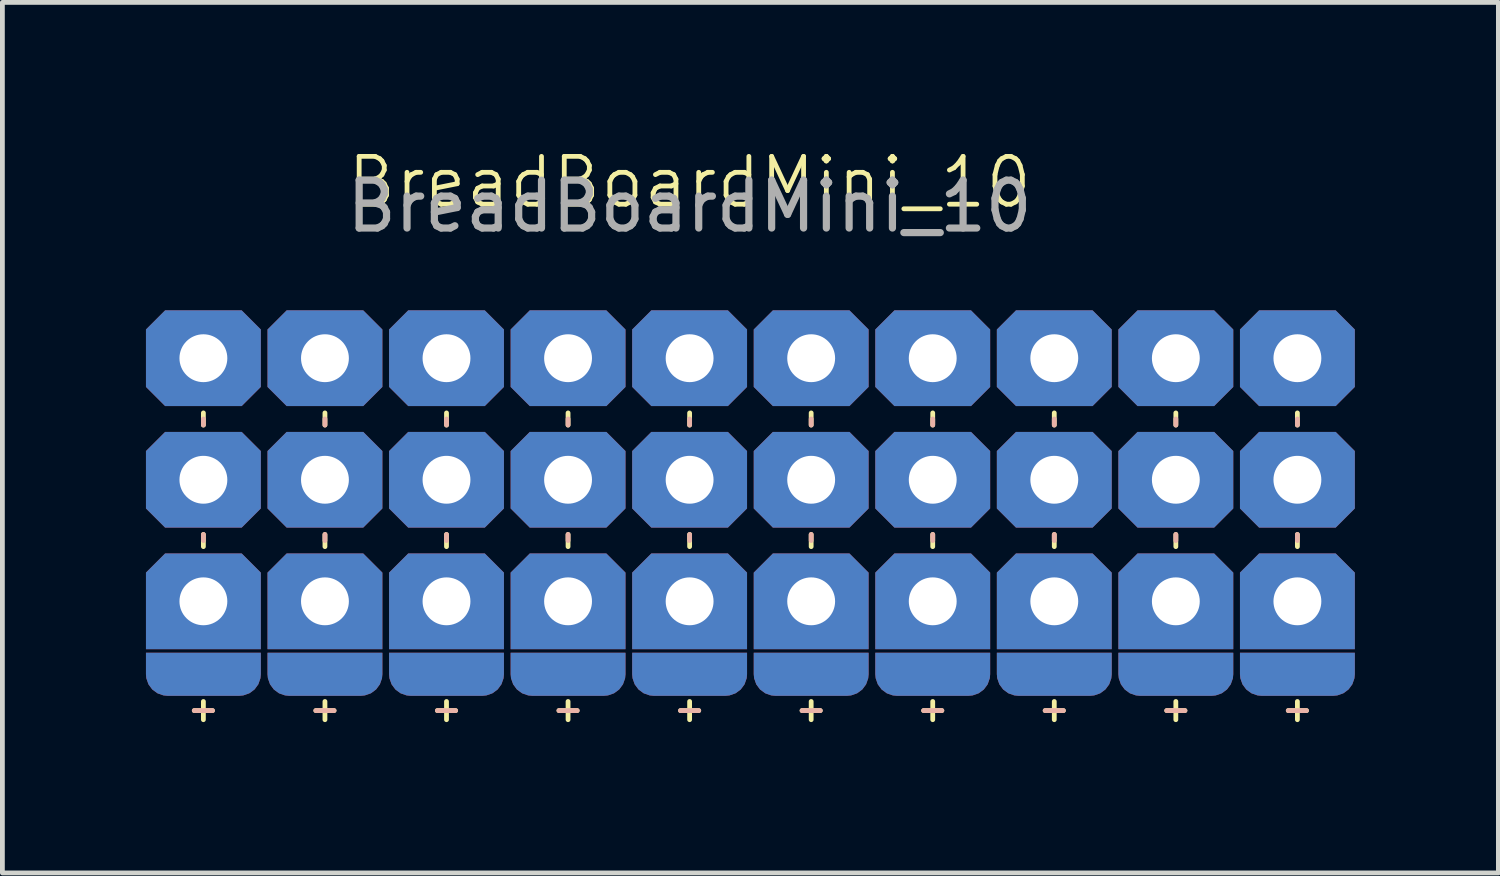
<source format=kicad_pcb>
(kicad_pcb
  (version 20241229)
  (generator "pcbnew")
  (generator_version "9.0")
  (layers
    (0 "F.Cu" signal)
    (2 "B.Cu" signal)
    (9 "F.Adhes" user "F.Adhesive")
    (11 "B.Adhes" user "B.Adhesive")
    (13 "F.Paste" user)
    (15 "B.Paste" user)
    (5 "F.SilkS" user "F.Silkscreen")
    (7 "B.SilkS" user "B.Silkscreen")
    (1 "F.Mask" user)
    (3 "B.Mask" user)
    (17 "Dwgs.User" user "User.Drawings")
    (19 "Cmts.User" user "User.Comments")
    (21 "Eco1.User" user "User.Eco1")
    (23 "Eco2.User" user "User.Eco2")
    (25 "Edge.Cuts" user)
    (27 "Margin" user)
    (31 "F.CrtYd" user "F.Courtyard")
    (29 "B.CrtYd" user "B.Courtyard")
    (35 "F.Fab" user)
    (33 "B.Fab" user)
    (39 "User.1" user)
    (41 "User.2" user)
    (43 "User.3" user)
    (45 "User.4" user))
  (footprint "BreadBoardMini_10"
    (layer "F.Cu")
    (at 6.28 2.53)
    (property "Reference" "BreadBoardMini_10" (at 5.08 -1.77 0) (unlocked yes) (layer "F.SilkS") (effects (font (size 1 1) (thickness 0.1))))
    (attr through_hole)
    (fp_line (start -5.08 3.048) (end -5.08 3.302) (stroke (width 0.1) (type default)) (layer "F.SilkS"))
    (fp_line (start -5.08 5.842) (end -5.08 5.588) (stroke (width 0.1) (type default)) (layer "F.SilkS"))
    (fp_line (start -2.54 3.048) (end -2.54 3.302) (stroke (width 0.1) (type default)) (layer "F.SilkS"))
    (fp_line (start -2.54 5.842) (end -2.54 5.588) (stroke (width 0.1) (type default)) (layer "F.SilkS"))
    (fp_line (start 0 3.048) (end 0 3.302) (stroke (width 0.1) (type default)) (layer "F.SilkS"))
    (fp_line (start 0 5.842) (end 0 5.588) (stroke (width 0.1) (type default)) (layer "F.SilkS"))
    (fp_line (start 2.54 3.048) (end 2.54 3.302) (stroke (width 0.1) (type default)) (layer "F.SilkS"))
    (fp_line (start 2.54 5.842) (end 2.54 5.588) (stroke (width 0.1) (type default)) (layer "F.SilkS"))
    (fp_line (start 5.08 3.048) (end 5.08 3.302) (stroke (width 0.1) (type default)) (layer "F.SilkS"))
    (fp_line (start 5.08 5.842) (end 5.08 5.588) (stroke (width 0.1) (type default)) (layer "F.SilkS"))
    (fp_line (start 7.62 3.048) (end 7.62 3.302) (stroke (width 0.1) (type default)) (layer "F.SilkS"))
    (fp_line (start 7.62 5.842) (end 7.62 5.588) (stroke (width 0.1) (type default)) (layer "F.SilkS"))
    (fp_line (start 10.16 3.048) (end 10.16 3.302) (stroke (width 0.1) (type default)) (layer "F.SilkS"))
    (fp_line (start 10.16 5.842) (end 10.16 5.588) (stroke (width 0.1) (type default)) (layer "F.SilkS"))
    (fp_line (start 12.7 3.048) (end 12.7 3.302) (stroke (width 0.1) (type default)) (layer "F.SilkS"))
    (fp_line (start 12.7 5.842) (end 12.7 5.588) (stroke (width 0.1) (type default)) (layer "F.SilkS"))
    (fp_line (start 15.24 3.048) (end 15.24 3.302) (stroke (width 0.1) (type default)) (layer "F.SilkS"))
    (fp_line (start 15.24 5.842) (end 15.24 5.588) (stroke (width 0.1) (type default)) (layer "F.SilkS"))
    (fp_line (start 17.78 3.048) (end 17.78 3.302) (stroke (width 0.1) (type default)) (layer "F.SilkS"))
    (fp_line (start 17.78 5.842) (end 17.78 5.588) (stroke (width 0.1) (type default)) (layer "F.SilkS"))
    (fp_line (start -5.08 3.175) (end -5.08 3.302) (stroke (width 0.1) (type default)) (layer "B.SilkS"))
    (fp_line (start -5.08 5.715) (end -5.08 5.588) (stroke (width 0.1) (type default)) (layer "B.SilkS"))
    (fp_line (start -2.54 3.175) (end -2.54 3.302) (stroke (width 0.1) (type default)) (layer "B.SilkS"))
    (fp_line (start -2.54 5.715) (end -2.54 5.588) (stroke (width 0.1) (type default)) (layer "B.SilkS"))
    (fp_line (start 0 3.175) (end 0 3.302) (stroke (width 0.1) (type default)) (layer "B.SilkS"))
    (fp_line (start 0 5.715) (end 0 5.588) (stroke (width 0.1) (type default)) (layer "B.SilkS"))
    (fp_line (start 2.54 3.175) (end 2.54 3.302) (stroke (width 0.1) (type default)) (layer "B.SilkS"))
    (fp_line (start 2.54 5.715) (end 2.54 5.588) (stroke (width 0.1) (type default)) (layer "B.SilkS"))
    (fp_line (start 5.08 3.175) (end 5.08 3.302) (stroke (width 0.1) (type default)) (layer "B.SilkS"))
    (fp_line (start 5.08 5.715) (end 5.08 5.588) (stroke (width 0.1) (type default)) (layer "B.SilkS"))
    (fp_line (start 7.62 3.175) (end 7.62 3.302) (stroke (width 0.1) (type default)) (layer "B.SilkS"))
    (fp_line (start 7.62 5.715) (end 7.62 5.588) (stroke (width 0.1) (type default)) (layer "B.SilkS"))
    (fp_line (start 10.16 3.175) (end 10.16 3.302) (stroke (width 0.1) (type default)) (layer "B.SilkS"))
    (fp_line (start 10.16 5.715) (end 10.16 5.588) (stroke (width 0.1) (type default)) (layer "B.SilkS"))
    (fp_line (start 12.7 3.175) (end 12.7 3.302) (stroke (width 0.1) (type default)) (layer "B.SilkS"))
    (fp_line (start 12.7 5.715) (end 12.7 5.588) (stroke (width 0.1) (type default)) (layer "B.SilkS"))
    (fp_line (start 15.24 3.175) (end 15.24 3.302) (stroke (width 0.1) (type default)) (layer "B.SilkS"))
    (fp_line (start 15.24 5.715) (end 15.24 5.588) (stroke (width 0.1) (type default)) (layer "B.SilkS"))
    (fp_line (start 17.78 3.175) (end 17.78 3.302) (stroke (width 0.1) (type default)) (layer "B.SilkS"))
    (fp_line (start 17.78 5.715) (end 17.78 5.588) (stroke (width 0.1) (type default)) (layer "B.SilkS"))
    (fp_text user "+" (at 2.54 9.525 0) (unlocked yes) (layer "F.SilkS") (effects (font (size 0.5 0.5) (thickness 0.1) (bold yes)) (justify bottom)))
    (fp_text user "+" (at 12.7 9.525 0) (unlocked yes) (layer "F.SilkS") (effects (font (size 0.5 0.5) (thickness 0.1) (bold yes)) (justify bottom)))
    (fp_text user "+" (at -2.54 9.525 0) (unlocked yes) (layer "F.SilkS") (effects (font (size 0.5 0.5) (thickness 0.1) (bold yes)) (justify bottom)))
    (fp_text user "+" (at 15.24 9.525 0) (unlocked yes) (layer "F.SilkS") (effects (font (size 0.5 0.5) (thickness 0.1) (bold yes)) (justify bottom)))
    (fp_text user "+" (at 10.16 9.525 0) (unlocked yes) (layer "F.SilkS") (effects (font (size 0.5 0.5) (thickness 0.1) (bold yes)) (justify bottom)))
    (fp_text user "+" (at 7.62 9.525 0) (unlocked yes) (layer "F.SilkS") (effects (font (size 0.5 0.5) (thickness 0.1) (bold yes)) (justify bottom)))
    (fp_text user "+" (at 0 9.525 0) (unlocked yes) (layer "F.SilkS") (effects (font (size 0.5 0.5) (thickness 0.1) (bold yes)) (justify bottom)))
    (fp_text user "+" (at -5.08 9.525 0) (unlocked yes) (layer "F.SilkS") (effects (font (size 0.5 0.5) (thickness 0.1) (bold yes)) (justify bottom)))
    (fp_text user "+" (at 17.78 9.525 0) (unlocked yes) (layer "F.SilkS") (effects (font (size 0.5 0.5) (thickness 0.1) (bold yes)) (justify bottom)))
    (fp_text user "+" (at 5.08 9.525 0) (unlocked yes) (layer "F.SilkS") (effects (font (size 0.5 0.5) (thickness 0.1) (bold yes)) (justify bottom)))
    (fp_text user "-" (at -5.08 9.525 0) (unlocked yes) (layer "B.SilkS") (effects (font (size 0.5 0.5) (thickness 0.1) (bold yes)) (justify bottom mirror)))
    (fp_text user "-" (at 7.62 9.525 0) (unlocked yes) (layer "B.SilkS") (effects (font (size 0.5 0.5) (thickness 0.1) (bold yes)) (justify bottom mirror)))
    (fp_text user "-" (at 0 9.525 0) (unlocked yes) (layer "B.SilkS") (effects (font (size 0.5 0.5) (thickness 0.1) (bold yes)) (justify bottom mirror)))
    (fp_text user "-" (at -2.54 9.525 0) (unlocked yes) (layer "B.SilkS") (effects (font (size 0.5 0.5) (thickness 0.1) (bold yes)) (justify bottom mirror)))
    (fp_text user "-" (at 2.54 9.525 0) (unlocked yes) (layer "B.SilkS") (effects (font (size 0.5 0.5) (thickness 0.1) (bold yes)) (justify bottom mirror)))
    (fp_text user "-" (at 10.16 9.525 0) (unlocked yes) (layer "B.SilkS") (effects (font (size 0.5 0.5) (thickness 0.1) (bold yes)) (justify bottom mirror)))
    (fp_text user "-" (at 15.24 9.525 0) (unlocked yes) (layer "B.SilkS") (effects (font (size 0.5 0.5) (thickness 0.1) (bold yes)) (justify bottom mirror)))
    (fp_text user "-" (at 12.7 9.525 0) (unlocked yes) (layer "B.SilkS") (effects (font (size 0.5 0.5) (thickness 0.1) (bold yes)) (justify bottom mirror)))
    (fp_text user "-" (at 17.78 9.525 0) (unlocked yes) (layer "B.SilkS") (effects (font (size 0.5 0.5) (thickness 0.1) (bold yes)) (justify bottom mirror)))
    (fp_text user "-" (at 5.08 9.525 0) (unlocked yes) (layer "B.SilkS") (effects (font (size 0.5 0.5) (thickness 0.1) (bold yes)) (justify bottom mirror)))
    (fp_text user "${REFERENCE}" (at 5.08 -1.27 0) (unlocked yes) (layer "F.Fab") (effects (font (size 1 1) (thickness 0.15))))
    (pad "1" thru_hole roundrect (at -5.08 1.905) (size 2.4 2) (drill 1) (layers "*.Cu" "*.Mask") (roundrect_rratio 0) (chamfer_ratio 0.2) (chamfer top_left top_right bottom_left bottom_right))
    (pad "1" thru_hole roundrect (at -5.08 4.445) (size 2.4 2) (drill 1) (layers "*.Cu" "*.Mask") (roundrect_rratio 0) (chamfer_ratio 0.2) (chamfer top_left top_right bottom_left bottom_right))
    (pad "1" thru_hole roundrect (at -5.08 6.985 180) (size 2.4 2) (drill 1) (layers "*.Cu" "*.Mask") (roundrect_rratio 0) (chamfer_ratio 0.2) (chamfer bottom_left bottom_right))
    (pad "2" thru_hole roundrect (at -2.54 1.905) (size 2.4 2) (drill 1) (layers "*.Cu" "*.Mask") (roundrect_rratio 0) (chamfer_ratio 0.2) (chamfer top_left top_right bottom_left bottom_right))
    (pad "2" thru_hole roundrect (at -2.54 4.445) (size 2.4 2) (drill 1) (layers "*.Cu" "*.Mask") (roundrect_rratio 0) (chamfer_ratio 0.2) (chamfer top_left top_right bottom_left bottom_right))
    (pad "2" thru_hole roundrect (at -2.54 6.985 180) (size 2.4 2) (drill 1) (layers "*.Cu" "*.Mask") (roundrect_rratio 0) (chamfer_ratio 0.2) (chamfer bottom_left bottom_right))
    (pad "3" thru_hole roundrect (at 0 1.905) (size 2.4 2) (drill 1) (layers "*.Cu" "*.Mask") (roundrect_rratio 0) (chamfer_ratio 0.2) (chamfer top_left top_right bottom_left bottom_right))
    (pad "3" thru_hole roundrect (at 0 4.445) (size 2.4 2) (drill 1) (layers "*.Cu" "*.Mask") (roundrect_rratio 0) (chamfer_ratio 0.2) (chamfer top_left top_right bottom_left bottom_right))
    (pad "3" thru_hole roundrect (at 0 6.985 180) (size 2.4 2) (drill 1) (layers "*.Cu" "*.Mask") (roundrect_rratio 0) (chamfer_ratio 0.2) (chamfer bottom_left bottom_right))
    (pad "4" thru_hole roundrect (at 2.54 1.905) (size 2.4 2) (drill 1) (layers "*.Cu" "*.Mask") (roundrect_rratio 0) (chamfer_ratio 0.2) (chamfer top_left top_right bottom_left bottom_right))
    (pad "4" thru_hole roundrect (at 2.54 4.445) (size 2.4 2) (drill 1) (layers "*.Cu" "*.Mask") (roundrect_rratio 0) (chamfer_ratio 0.2) (chamfer top_left top_right bottom_left bottom_right))
    (pad "4" thru_hole roundrect (at 2.54 6.985 180) (size 2.4 2) (drill 1) (layers "*.Cu" "*.Mask") (roundrect_rratio 0) (chamfer_ratio 0.2) (chamfer bottom_left bottom_right))
    (pad "5" thru_hole roundrect (at 5.08 1.905) (size 2.4 2) (drill 1) (layers "*.Cu" "*.Mask") (roundrect_rratio 0) (chamfer_ratio 0.2) (chamfer top_left top_right bottom_left bottom_right))
    (pad "5" thru_hole roundrect (at 5.08 4.445) (size 2.4 2) (drill 1) (layers "*.Cu" "*.Mask") (roundrect_rratio 0) (chamfer_ratio 0.2) (chamfer top_left top_right bottom_left bottom_right))
    (pad "5" thru_hole roundrect (at 5.08 6.985 180) (size 2.4 2) (drill 1) (layers "*.Cu" "*.Mask") (roundrect_rratio 0) (chamfer_ratio 0.2) (chamfer bottom_left bottom_right))
    (pad "6" thru_hole roundrect (at 7.62 1.905) (size 2.4 2) (drill 1) (layers "*.Cu" "*.Mask") (roundrect_rratio 0) (chamfer_ratio 0.2) (chamfer top_left top_right bottom_left bottom_right))
    (pad "6" thru_hole roundrect (at 7.62 4.445) (size 2.4 2) (drill 1) (layers "*.Cu" "*.Mask") (roundrect_rratio 0) (chamfer_ratio 0.2) (chamfer top_left top_right bottom_left bottom_right))
    (pad "6" thru_hole roundrect (at 7.62 6.985 180) (size 2.4 2) (drill 1) (layers "*.Cu" "*.Mask") (roundrect_rratio 0) (chamfer_ratio 0.2) (chamfer bottom_left bottom_right))
    (pad "7" thru_hole roundrect (at 10.16 1.905) (size 2.4 2) (drill 1) (layers "*.Cu" "*.Mask") (roundrect_rratio 0) (chamfer_ratio 0.2) (chamfer top_left top_right bottom_left bottom_right))
    (pad "7" thru_hole roundrect (at 10.16 4.445) (size 2.4 2) (drill 1) (layers "*.Cu" "*.Mask") (roundrect_rratio 0) (chamfer_ratio 0.2) (chamfer top_left top_right bottom_left bottom_right))
    (pad "7" thru_hole roundrect (at 10.16 6.985 180) (size 2.4 2) (drill 1) (layers "*.Cu" "*.Mask") (roundrect_rratio 0) (chamfer_ratio 0.2) (chamfer bottom_left bottom_right))
    (pad "8" thru_hole roundrect (at 12.7 1.905) (size 2.4 2) (drill 1) (layers "*.Cu" "*.Mask") (roundrect_rratio 0) (chamfer_ratio 0.2) (chamfer top_left top_right bottom_left bottom_right))
    (pad "8" thru_hole roundrect (at 12.7 4.445) (size 2.4 2) (drill 1) (layers "*.Cu" "*.Mask") (roundrect_rratio 0) (chamfer_ratio 0.2) (chamfer top_left top_right bottom_left bottom_right))
    (pad "8" thru_hole roundrect (at 12.7 6.985 180) (size 2.4 2) (drill 1) (layers "*.Cu" "*.Mask") (roundrect_rratio 0) (chamfer_ratio 0.2) (chamfer bottom_left bottom_right))
    (pad "9" thru_hole roundrect (at 15.24 1.905) (size 2.4 2) (drill 1) (layers "*.Cu" "*.Mask") (roundrect_rratio 0) (chamfer_ratio 0.2) (chamfer top_left top_right bottom_left bottom_right))
    (pad "9" thru_hole roundrect (at 15.24 4.445) (size 2.4 2) (drill 1) (layers "*.Cu" "*.Mask") (roundrect_rratio 0) (chamfer_ratio 0.2) (chamfer top_left top_right bottom_left bottom_right))
    (pad "9" thru_hole roundrect (at 15.24 6.985 180) (size 2.4 2) (drill 1) (layers "*.Cu" "*.Mask") (roundrect_rratio 0) (chamfer_ratio 0.2) (chamfer bottom_left bottom_right))
    (pad "10" thru_hole roundrect (at 17.78 1.905) (size 2.4 2) (drill 1) (layers "*.Cu" "*.Mask") (roundrect_rratio 0) (chamfer_ratio 0.2) (chamfer top_left top_right bottom_left bottom_right))
    (pad "10" thru_hole roundrect (at 17.78 4.445) (size 2.4 2) (drill 1) (layers "*.Cu" "*.Mask") (roundrect_rratio 0) (chamfer_ratio 0.2) (chamfer top_left top_right bottom_left bottom_right))
    (pad "10" thru_hole roundrect (at 17.78 6.985 180) (size 2.4 2) (drill 1) (layers "*.Cu" "*.Mask") (roundrect_rratio 0) (chamfer_ratio 0.2) (chamfer bottom_left bottom_right))
    (pad "11" smd roundrect (at -5.08 8.509 90) (size 0.9 2.4) (layers "F.Cu" "F.Mask" "F.Paste") (roundrect_rratio 0.5) (chamfer_ratio 0) (chamfer top_right bottom_right))
    (pad "11" smd roundrect (at -2.54 8.509 90) (size 0.9 2.4) (layers "F.Cu" "F.Mask" "F.Paste") (roundrect_rratio 0.5) (chamfer_ratio 0) (chamfer top_right bottom_right))
    (pad "11" smd roundrect (at 0 8.509 90) (size 0.9 2.4) (layers "F.Cu" "F.Mask" "F.Paste") (roundrect_rratio 0.5) (chamfer_ratio 0) (chamfer top_right bottom_right))
    (pad "11" smd roundrect (at 2.54 8.509 90) (size 0.9 2.4) (layers "F.Cu" "F.Mask" "F.Paste") (roundrect_rratio 0.5) (chamfer_ratio 0) (chamfer top_right bottom_right))
    (pad "11" smd roundrect (at 5.08 8.509 90) (size 0.9 2.4) (layers "F.Cu" "F.Mask" "F.Paste") (roundrect_rratio 0.5) (chamfer_ratio 0) (chamfer top_right bottom_right))
    (pad "11" smd roundrect (at 7.62 8.509 90) (size 0.9 2.4) (layers "F.Cu" "F.Mask" "F.Paste") (roundrect_rratio 0.5) (chamfer_ratio 0) (chamfer top_right bottom_right))
    (pad "11" smd roundrect (at 10.16 8.509 90) (size 0.9 2.4) (layers "F.Cu" "F.Mask" "F.Paste") (roundrect_rratio 0.5) (chamfer_ratio 0) (chamfer top_right bottom_right))
    (pad "11" smd roundrect (at 12.7 8.509 90) (size 0.9 2.4) (layers "F.Cu" "F.Mask" "F.Paste") (roundrect_rratio 0.5) (chamfer_ratio 0) (chamfer top_right bottom_right))
    (pad "11" smd roundrect (at 15.24 8.509 90) (size 0.9 2.4) (layers "F.Cu" "F.Mask" "F.Paste") (roundrect_rratio 0.5) (chamfer_ratio 0) (chamfer top_right bottom_right))
    (pad "11" smd roundrect (at 17.78 8.509 90) (size 0.9 2.4) (layers "F.Cu" "F.Mask" "F.Paste") (roundrect_rratio 0.5) (chamfer_ratio 0) (chamfer top_right bottom_right))
    (pad "12" smd roundrect (at -5.08 8.509 270) (size 0.9 2.4) (layers "B.Cu" "B.Mask" "B.Paste") (roundrect_rratio 0.5) (chamfer_ratio 0) (chamfer top_left bottom_left))
    (pad "12" smd roundrect (at -2.54 8.509 270) (size 0.9 2.4) (layers "B.Cu" "B.Mask" "B.Paste") (roundrect_rratio 0.5) (chamfer_ratio 0) (chamfer top_left bottom_left))
    (pad "12" smd roundrect (at 0 8.509 270) (size 0.9 2.4) (layers "B.Cu" "B.Mask" "B.Paste") (roundrect_rratio 0.5) (chamfer_ratio 0) (chamfer top_left bottom_left))
    (pad "12" smd roundrect (at 2.54 8.509 270) (size 0.9 2.4) (layers "B.Cu" "B.Mask" "B.Paste") (roundrect_rratio 0.5) (chamfer_ratio 0) (chamfer top_left bottom_left))
    (pad "12" smd roundrect (at 5.08 8.509 270) (size 0.9 2.4) (layers "B.Cu" "B.Mask" "B.Paste") (roundrect_rratio 0.5) (chamfer_ratio 0) (chamfer top_left bottom_left))
    (pad "12" smd roundrect (at 7.62 8.509 270) (size 0.9 2.4) (layers "B.Cu" "B.Mask" "B.Paste") (roundrect_rratio 0.5) (chamfer_ratio 0) (chamfer top_left bottom_left))
    (pad "12" smd roundrect (at 10.16 8.509 270) (size 0.9 2.4) (layers "B.Cu" "B.Mask" "B.Paste") (roundrect_rratio 0.5) (chamfer_ratio 0) (chamfer top_left bottom_left))
    (pad "12" smd roundrect (at 12.7 8.509 270) (size 0.9 2.4) (layers "B.Cu" "B.Mask" "B.Paste") (roundrect_rratio 0.5) (chamfer_ratio 0) (chamfer top_left bottom_left))
    (pad "12" smd roundrect (at 15.24 8.509 270) (size 0.9 2.4) (layers "B.Cu" "B.Mask" "B.Paste") (roundrect_rratio 0.5) (chamfer_ratio 0) (chamfer top_left bottom_left))
    (pad "12" smd roundrect (at 17.78 8.509 270) (size 0.9 2.4) (layers "B.Cu" "B.Mask" "B.Paste") (roundrect_rratio 0.5) (chamfer_ratio 0) (chamfer top_left bottom_left)))
  (gr_rect
    (start -3 -3)
    (end 28.26 15.191)
    (stroke (width 0.1) (type default))
    (fill no)
    (layer "Edge.Cuts")))
</source>
